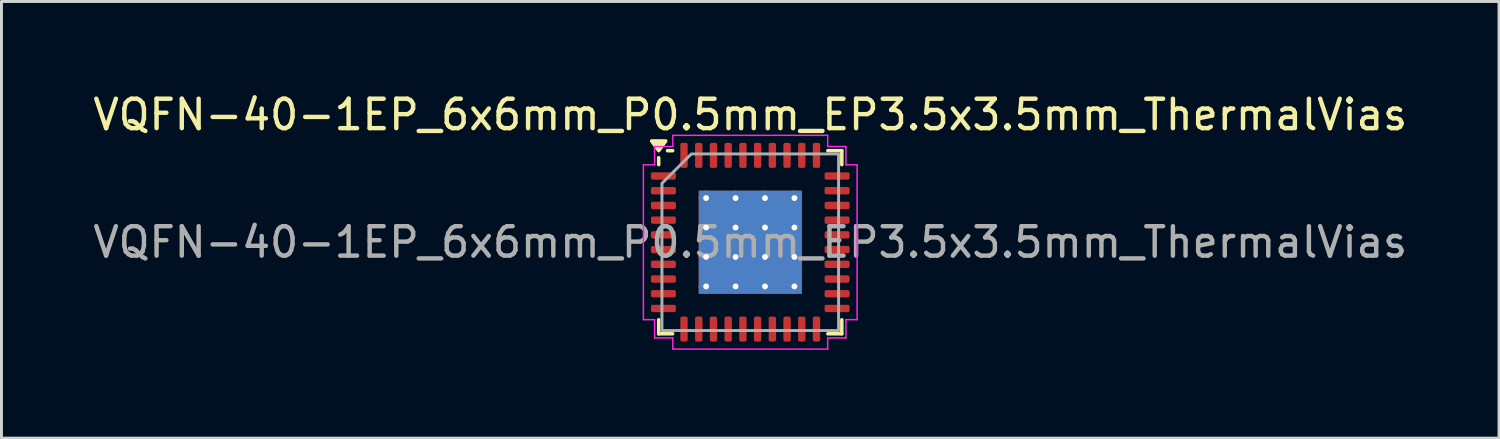
<source format=kicad_pcb>
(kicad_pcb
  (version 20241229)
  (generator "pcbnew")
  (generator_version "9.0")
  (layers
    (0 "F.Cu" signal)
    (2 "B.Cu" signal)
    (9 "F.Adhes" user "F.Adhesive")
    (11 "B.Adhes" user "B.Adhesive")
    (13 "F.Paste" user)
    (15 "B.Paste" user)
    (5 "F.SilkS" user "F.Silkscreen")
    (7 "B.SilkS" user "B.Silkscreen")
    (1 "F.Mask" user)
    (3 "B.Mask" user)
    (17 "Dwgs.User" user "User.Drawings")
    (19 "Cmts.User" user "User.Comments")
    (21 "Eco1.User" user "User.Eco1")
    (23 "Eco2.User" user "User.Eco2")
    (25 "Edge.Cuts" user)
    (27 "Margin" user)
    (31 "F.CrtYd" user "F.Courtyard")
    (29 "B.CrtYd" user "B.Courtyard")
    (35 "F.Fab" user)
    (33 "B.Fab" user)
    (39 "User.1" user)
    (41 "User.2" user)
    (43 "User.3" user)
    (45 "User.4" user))
  (footprint "VQFN-40-1EP_6x6mm_P0.5mm_EP3.5x3.5mm_ThermalVias"
    (layer "F.Cu")
    (at 22.435 5.178)
    (property "Reference" "VQFN-40-1EP_6x6mm_P0.5mm_EP3.5x3.5mm_ThermalVias" (at 0 -4.33 0) (layer "F.SilkS") (effects (font (size 1 1) (thickness 0.15))))
    (attr smd)
    (fp_line (start -3.11 -2.635) (end -3.11 -2.87) (stroke (width 0.12) (type solid)) (layer "F.SilkS"))
    (fp_line (start -3.11 3.11) (end -3.11 2.635) (stroke (width 0.12) (type solid)) (layer "F.SilkS"))
    (fp_line (start -2.635 -3.11) (end -2.81 -3.11) (stroke (width 0.12) (type solid)) (layer "F.SilkS"))
    (fp_line (start -2.635 3.11) (end -3.11 3.11) (stroke (width 0.12) (type solid)) (layer "F.SilkS"))
    (fp_line (start 2.635 -3.11) (end 3.11 -3.11) (stroke (width 0.12) (type solid)) (layer "F.SilkS"))
    (fp_line (start 2.635 3.11) (end 3.11 3.11) (stroke (width 0.12) (type solid)) (layer "F.SilkS"))
    (fp_line (start 3.11 -3.11) (end 3.11 -2.635) (stroke (width 0.12) (type solid)) (layer "F.SilkS"))
    (fp_line (start 3.11 3.11) (end 3.11 2.635) (stroke (width 0.12) (type solid)) (layer "F.SilkS"))
    (fp_poly (pts (xy -3.11 -3.11) (xy -3.35 -3.44) (xy -2.87 -3.44)) (stroke (width 0.12) (type solid)) (fill yes) (layer "F.SilkS"))
    (fp_line (start -3.63 -2.63) (end -3.25 -2.63) (stroke (width 0.05) (type solid)) (layer "F.CrtYd"))
    (fp_line (start -3.63 2.63) (end -3.63 -2.63) (stroke (width 0.05) (type solid)) (layer "F.CrtYd"))
    (fp_line (start -3.25 -3.25) (end -2.63 -3.25) (stroke (width 0.05) (type solid)) (layer "F.CrtYd"))
    (fp_line (start -3.25 -2.63) (end -3.25 -3.25) (stroke (width 0.05) (type solid)) (layer "F.CrtYd"))
    (fp_line (start -3.25 2.63) (end -3.63 2.63) (stroke (width 0.05) (type solid)) (layer "F.CrtYd"))
    (fp_line (start -3.25 3.25) (end -3.25 2.63) (stroke (width 0.05) (type solid)) (layer "F.CrtYd"))
    (fp_line (start -2.63 -3.63) (end 2.63 -3.63) (stroke (width 0.05) (type solid)) (layer "F.CrtYd"))
    (fp_line (start -2.63 -3.25) (end -2.63 -3.63) (stroke (width 0.05) (type solid)) (layer "F.CrtYd"))
    (fp_line (start -2.63 3.25) (end -3.25 3.25) (stroke (width 0.05) (type solid)) (layer "F.CrtYd"))
    (fp_line (start -2.63 3.63) (end -2.63 3.25) (stroke (width 0.05) (type solid)) (layer "F.CrtYd"))
    (fp_line (start 2.63 -3.63) (end 2.63 -3.25) (stroke (width 0.05) (type solid)) (layer "F.CrtYd"))
    (fp_line (start 2.63 -3.25) (end 3.25 -3.25) (stroke (width 0.05) (type solid)) (layer "F.CrtYd"))
    (fp_line (start 2.63 3.25) (end 2.63 3.63) (stroke (width 0.05) (type solid)) (layer "F.CrtYd"))
    (fp_line (start 2.63 3.63) (end -2.63 3.63) (stroke (width 0.05) (type solid)) (layer "F.CrtYd"))
    (fp_line (start 3.25 -3.25) (end 3.25 -2.63) (stroke (width 0.05) (type solid)) (layer "F.CrtYd"))
    (fp_line (start 3.25 -2.63) (end 3.63 -2.63) (stroke (width 0.05) (type solid)) (layer "F.CrtYd"))
    (fp_line (start 3.25 2.63) (end 3.25 3.25) (stroke (width 0.05) (type solid)) (layer "F.CrtYd"))
    (fp_line (start 3.25 3.25) (end 2.63 3.25) (stroke (width 0.05) (type solid)) (layer "F.CrtYd"))
    (fp_line (start 3.63 -2.63) (end 3.63 2.63) (stroke (width 0.05) (type solid)) (layer "F.CrtYd"))
    (fp_line (start 3.63 2.63) (end 3.25 2.63) (stroke (width 0.05) (type solid)) (layer "F.CrtYd"))
    (fp_poly (pts (xy -3 -2) (xy -3 3) (xy 3 3) (xy 3 -3) (xy -2 -3)) (stroke (width 0.1) (type solid)) (fill no) (layer "F.Fab"))
    (fp_text user "${REFERENCE}" (at 0 0 0) (layer "F.Fab") (effects (font (size 1 1) (thickness 0.15))))
    (pad "" smd roundrect (at -1.17 -1.17) (size 0.94 0.94) (layers "F.Paste") (roundrect_rratio 0.25))
    (pad "" smd roundrect (at -1.17 0) (size 0.94 0.94) (layers "F.Paste") (roundrect_rratio 0.25))
    (pad "" smd roundrect (at -1.17 1.17) (size 0.94 0.94) (layers "F.Paste") (roundrect_rratio 0.25))
    (pad "" smd roundrect (at 0 -1.17) (size 0.94 0.94) (layers "F.Paste") (roundrect_rratio 0.25))
    (pad "" smd roundrect (at 0 0) (size 0.94 0.94) (layers "F.Paste") (roundrect_rratio 0.25))
    (pad "" smd roundrect (at 0 1.17) (size 0.94 0.94) (layers "F.Paste") (roundrect_rratio 0.25))
    (pad "" smd roundrect (at 1.17 -1.17) (size 0.94 0.94) (layers "F.Paste") (roundrect_rratio 0.25))
    (pad "" smd roundrect (at 1.17 0) (size 0.94 0.94) (layers "F.Paste") (roundrect_rratio 0.25))
    (pad "" smd roundrect (at 1.17 1.17) (size 0.94 0.94) (layers "F.Paste") (roundrect_rratio 0.25))
    (pad "1" smd roundrect (at -2.95 -2.25) (size 0.85 0.25) (layers "F.Cu" "F.Mask" "F.Paste") (roundrect_rratio 0.25))
    (pad "2" smd roundrect (at -2.95 -1.75) (size 0.85 0.25) (layers "F.Cu" "F.Mask" "F.Paste") (roundrect_rratio 0.25))
    (pad "3" smd roundrect (at -2.95 -1.25) (size 0.85 0.25) (layers "F.Cu" "F.Mask" "F.Paste") (roundrect_rratio 0.25))
    (pad "4" smd roundrect (at -2.95 -0.75) (size 0.85 0.25) (layers "F.Cu" "F.Mask" "F.Paste") (roundrect_rratio 0.25))
    (pad "5" smd roundrect (at -2.95 -0.25) (size 0.85 0.25) (layers "F.Cu" "F.Mask" "F.Paste") (roundrect_rratio 0.25))
    (pad "6" smd roundrect (at -2.95 0.25) (size 0.85 0.25) (layers "F.Cu" "F.Mask" "F.Paste") (roundrect_rratio 0.25))
    (pad "7" smd roundrect (at -2.95 0.75) (size 0.85 0.25) (layers "F.Cu" "F.Mask" "F.Paste") (roundrect_rratio 0.25))
    (pad "8" smd roundrect (at -2.95 1.25) (size 0.85 0.25) (layers "F.Cu" "F.Mask" "F.Paste") (roundrect_rratio 0.25))
    (pad "9" smd roundrect (at -2.95 1.75) (size 0.85 0.25) (layers "F.Cu" "F.Mask" "F.Paste") (roundrect_rratio 0.25))
    (pad "10" smd roundrect (at -2.95 2.25) (size 0.85 0.25) (layers "F.Cu" "F.Mask" "F.Paste") (roundrect_rratio 0.25))
    (pad "11" smd roundrect (at -2.25 2.95) (size 0.25 0.85) (layers "F.Cu" "F.Mask" "F.Paste") (roundrect_rratio 0.25))
    (pad "12" smd roundrect (at -1.75 2.95) (size 0.25 0.85) (layers "F.Cu" "F.Mask" "F.Paste") (roundrect_rratio 0.25))
    (pad "13" smd roundrect (at -1.25 2.95) (size 0.25 0.85) (layers "F.Cu" "F.Mask" "F.Paste") (roundrect_rratio 0.25))
    (pad "14" smd roundrect (at -0.75 2.95) (size 0.25 0.85) (layers "F.Cu" "F.Mask" "F.Paste") (roundrect_rratio 0.25))
    (pad "15" smd roundrect (at -0.25 2.95) (size 0.25 0.85) (layers "F.Cu" "F.Mask" "F.Paste") (roundrect_rratio 0.25))
    (pad "16" smd roundrect (at 0.25 2.95) (size 0.25 0.85) (layers "F.Cu" "F.Mask" "F.Paste") (roundrect_rratio 0.25))
    (pad "17" smd roundrect (at 0.75 2.95) (size 0.25 0.85) (layers "F.Cu" "F.Mask" "F.Paste") (roundrect_rratio 0.25))
    (pad "18" smd roundrect (at 1.25 2.95) (size 0.25 0.85) (layers "F.Cu" "F.Mask" "F.Paste") (roundrect_rratio 0.25))
    (pad "19" smd roundrect (at 1.75 2.95) (size 0.25 0.85) (layers "F.Cu" "F.Mask" "F.Paste") (roundrect_rratio 0.25))
    (pad "20" smd roundrect (at 2.25 2.95) (size 0.25 0.85) (layers "F.Cu" "F.Mask" "F.Paste") (roundrect_rratio 0.25))
    (pad "21" smd roundrect (at 2.95 2.25) (size 0.85 0.25) (layers "F.Cu" "F.Mask" "F.Paste") (roundrect_rratio 0.25))
    (pad "22" smd roundrect (at 2.95 1.75) (size 0.85 0.25) (layers "F.Cu" "F.Mask" "F.Paste") (roundrect_rratio 0.25))
    (pad "23" smd roundrect (at 2.95 1.25) (size 0.85 0.25) (layers "F.Cu" "F.Mask" "F.Paste") (roundrect_rratio 0.25))
    (pad "24" smd roundrect (at 2.95 0.75) (size 0.85 0.25) (layers "F.Cu" "F.Mask" "F.Paste") (roundrect_rratio 0.25))
    (pad "25" smd roundrect (at 2.95 0.25) (size 0.85 0.25) (layers "F.Cu" "F.Mask" "F.Paste") (roundrect_rratio 0.25))
    (pad "26" smd roundrect (at 2.95 -0.25) (size 0.85 0.25) (layers "F.Cu" "F.Mask" "F.Paste") (roundrect_rratio 0.25))
    (pad "27" smd roundrect (at 2.95 -0.75) (size 0.85 0.25) (layers "F.Cu" "F.Mask" "F.Paste") (roundrect_rratio 0.25))
    (pad "28" smd roundrect (at 2.95 -1.25) (size 0.85 0.25) (layers "F.Cu" "F.Mask" "F.Paste") (roundrect_rratio 0.25))
    (pad "29" smd roundrect (at 2.95 -1.75) (size 0.85 0.25) (layers "F.Cu" "F.Mask" "F.Paste") (roundrect_rratio 0.25))
    (pad "30" smd roundrect (at 2.95 -2.25) (size 0.85 0.25) (layers "F.Cu" "F.Mask" "F.Paste") (roundrect_rratio 0.25))
    (pad "31" smd roundrect (at 2.25 -2.95) (size 0.25 0.85) (layers "F.Cu" "F.Mask" "F.Paste") (roundrect_rratio 0.25))
    (pad "32" smd roundrect (at 1.75 -2.95) (size 0.25 0.85) (layers "F.Cu" "F.Mask" "F.Paste") (roundrect_rratio 0.25))
    (pad "33" smd roundrect (at 1.25 -2.95) (size 0.25 0.85) (layers "F.Cu" "F.Mask" "F.Paste") (roundrect_rratio 0.25))
    (pad "34" smd roundrect (at 0.75 -2.95) (size 0.25 0.85) (layers "F.Cu" "F.Mask" "F.Paste") (roundrect_rratio 0.25))
    (pad "35" smd roundrect (at 0.25 -2.95) (size 0.25 0.85) (layers "F.Cu" "F.Mask" "F.Paste") (roundrect_rratio 0.25))
    (pad "36" smd roundrect (at -0.25 -2.95) (size 0.25 0.85) (layers "F.Cu" "F.Mask" "F.Paste") (roundrect_rratio 0.25))
    (pad "37" smd roundrect (at -0.75 -2.95) (size 0.25 0.85) (layers "F.Cu" "F.Mask" "F.Paste") (roundrect_rratio 0.25))
    (pad "38" smd roundrect (at -1.25 -2.95) (size 0.25 0.85) (layers "F.Cu" "F.Mask" "F.Paste") (roundrect_rratio 0.25))
    (pad "39" smd roundrect (at -1.75 -2.95) (size 0.25 0.85) (layers "F.Cu" "F.Mask" "F.Paste") (roundrect_rratio 0.25))
    (pad "40" smd roundrect (at -2.25 -2.95) (size 0.25 0.85) (layers "F.Cu" "F.Mask" "F.Paste") (roundrect_rratio 0.25))
    (pad "41" thru_hole circle (at -1.5 -1.5) (size 0.5 0.5) (drill 0.2) (property pad_prop_heatsink) (layers "*.Cu"))
    (pad "41" thru_hole circle (at -1.5 -0.5) (size 0.5 0.5) (drill 0.2) (property pad_prop_heatsink) (layers "*.Cu"))
    (pad "41" thru_hole circle (at -1.5 0.5) (size 0.5 0.5) (drill 0.2) (property pad_prop_heatsink) (layers "*.Cu"))
    (pad "41" thru_hole circle (at -1.5 1.5) (size 0.5 0.5) (drill 0.2) (property pad_prop_heatsink) (layers "*.Cu"))
    (pad "41" thru_hole circle (at -0.5 -1.5) (size 0.5 0.5) (drill 0.2) (property pad_prop_heatsink) (layers "*.Cu"))
    (pad "41" thru_hole circle (at -0.5 -0.5) (size 0.5 0.5) (drill 0.2) (property pad_prop_heatsink) (layers "*.Cu"))
    (pad "41" thru_hole circle (at -0.5 0.5) (size 0.5 0.5) (drill 0.2) (property pad_prop_heatsink) (layers "*.Cu"))
    (pad "41" thru_hole circle (at -0.5 1.5) (size 0.5 0.5) (drill 0.2) (property pad_prop_heatsink) (layers "*.Cu"))
    (pad "41" smd rect (at 0 0) (size 3.5 3.5) (property pad_prop_heatsink) (layers "F.Cu" "F.Mask"))
    (pad "41" smd rect (at 0 0) (size 3.5 3.5) (property pad_prop_heatsink) (layers "B.Cu"))
    (pad "41" thru_hole circle (at 0.5 -1.5) (size 0.5 0.5) (drill 0.2) (property pad_prop_heatsink) (layers "*.Cu"))
    (pad "41" thru_hole circle (at 0.5 -0.5) (size 0.5 0.5) (drill 0.2) (property pad_prop_heatsink) (layers "*.Cu"))
    (pad "41" thru_hole circle (at 0.5 0.5) (size 0.5 0.5) (drill 0.2) (property pad_prop_heatsink) (layers "*.Cu"))
    (pad "41" thru_hole circle (at 0.5 1.5) (size 0.5 0.5) (drill 0.2) (property pad_prop_heatsink) (layers "*.Cu"))
    (pad "41" thru_hole circle (at 1.5 -1.5) (size 0.5 0.5) (drill 0.2) (property pad_prop_heatsink) (layers "*.Cu"))
    (pad "41" thru_hole circle (at 1.5 -0.5) (size 0.5 0.5) (drill 0.2) (property pad_prop_heatsink) (layers "*.Cu"))
    (pad "41" thru_hole circle (at 1.5 0.5) (size 0.5 0.5) (drill 0.2) (property pad_prop_heatsink) (layers "*.Cu"))
    (pad "41" thru_hole circle (at 1.5 1.5) (size 0.5 0.5) (drill 0.2) (property pad_prop_heatsink) (layers "*.Cu")))
  (gr_rect
    (start -3 -3)
    (end 47.869 11.833)
    (stroke (width 0.1) (type default))
    (fill no)
    (layer "Edge.Cuts")))
</source>
